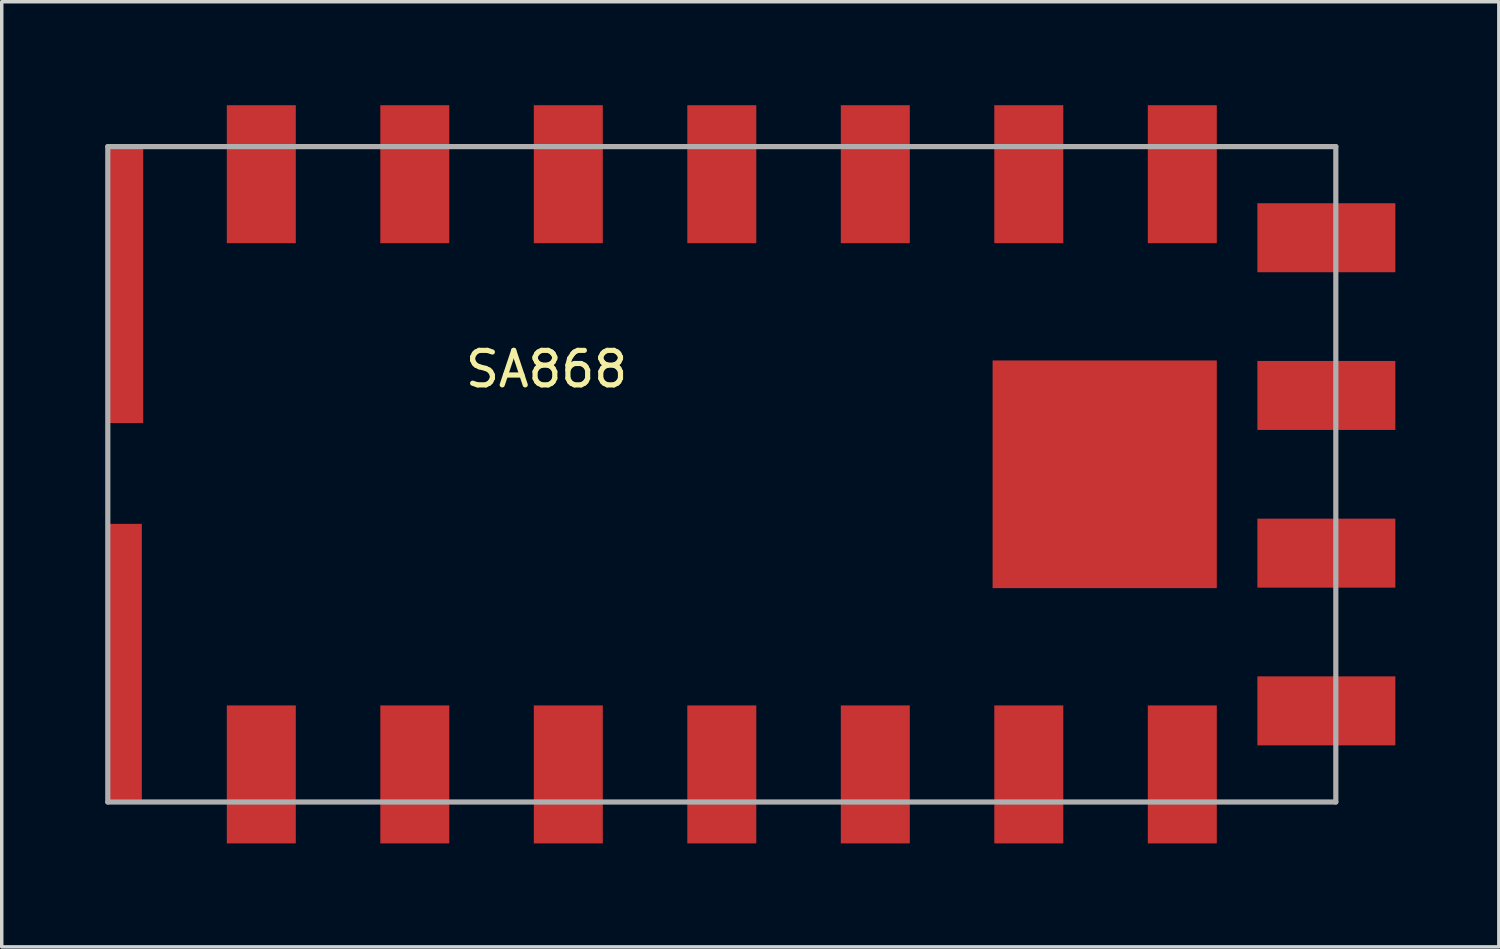
<source format=kicad_pcb>
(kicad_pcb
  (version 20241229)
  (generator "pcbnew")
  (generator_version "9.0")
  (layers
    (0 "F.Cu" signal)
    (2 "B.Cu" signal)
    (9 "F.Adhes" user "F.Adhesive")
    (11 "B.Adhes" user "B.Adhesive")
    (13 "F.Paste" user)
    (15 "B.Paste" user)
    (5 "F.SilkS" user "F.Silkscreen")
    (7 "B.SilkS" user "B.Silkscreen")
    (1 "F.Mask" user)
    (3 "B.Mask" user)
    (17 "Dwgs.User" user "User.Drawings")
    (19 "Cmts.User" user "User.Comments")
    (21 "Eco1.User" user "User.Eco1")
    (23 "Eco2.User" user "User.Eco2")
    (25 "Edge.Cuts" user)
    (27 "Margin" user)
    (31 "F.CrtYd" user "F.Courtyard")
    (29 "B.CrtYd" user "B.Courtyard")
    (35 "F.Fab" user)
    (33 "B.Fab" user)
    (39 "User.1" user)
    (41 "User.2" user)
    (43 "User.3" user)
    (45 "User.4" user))
  (footprint "SA868"
    (layer "F.Cu")
    (at 17.875 10.7)
    (property "Reference" "SA868" (at -5.08 -3.048 0) (layer "F.SilkS") (effects (font (size 1 1) (thickness 0.15))))
    (attr smd)
    (fp_line (start -17.8 -9.5) (end 17.8 -9.5) (stroke (width 0.15) (type solid)) (layer "F.Fab"))
    (fp_line (start -17.8 9.5) (end -17.8 -9.5) (stroke (width 0.15) (type solid)) (layer "F.Fab"))
    (fp_line (start 17.8 -9.5) (end 17.8 9.5) (stroke (width 0.15) (type solid)) (layer "F.Fab"))
    (fp_line (start 17.8 9.5) (end -17.8 9.5) (stroke (width 0.15) (type solid)) (layer "F.Fab"))
    (pad "1" smd rect (at -13.35 -8.7) (size 2 4) (layers "F.Cu" "F.Mask" "F.Paste"))
    (pad "2" smd rect (at -8.9 -8.7) (size 2 4) (layers "F.Cu" "F.Mask" "F.Paste"))
    (pad "3" smd rect (at -4.45 -8.7) (size 2 4) (layers "F.Cu" "F.Mask" "F.Paste"))
    (pad "4" smd rect (at 0 -8.7) (size 2 4) (layers "F.Cu" "F.Mask" "F.Paste"))
    (pad "5" smd rect (at 4.45 -8.7) (size 2 4) (layers "F.Cu" "F.Mask" "F.Paste"))
    (pad "6" smd rect (at 8.9 -8.7) (size 2 4) (layers "F.Cu" "F.Mask" "F.Paste"))
    (pad "7" smd rect (at 13.35 -8.7) (size 2 4) (layers "F.Cu" "F.Mask" "F.Paste"))
    (pad "8" smd rect (at 17.526 -6.858 90) (size 2 4) (layers "F.Cu" "F.Mask" "F.Paste"))
    (pad "9" smd rect (at 17.526 -2.286 90) (size 2 4) (layers "F.Cu" "F.Mask" "F.Paste"))
    (pad "10" smd rect (at 17.526 2.286 90) (size 2 4) (layers "F.Cu" "F.Mask" "F.Paste"))
    (pad "11" smd rect (at 17.526 6.858 90) (size 2 4) (layers "F.Cu" "F.Mask" "F.Paste"))
    (pad "12" smd rect (at 13.35 8.7) (size 2 4) (layers "F.Cu" "F.Mask" "F.Paste"))
    (pad "13" smd rect (at 8.9 8.7) (size 2 4) (layers "F.Cu" "F.Mask" "F.Paste"))
    (pad "14" smd rect (at 4.45 8.7) (size 2 4) (layers "F.Cu" "F.Mask" "F.Paste"))
    (pad "15" smd rect (at 0 8.7) (size 2 4) (layers "F.Cu" "F.Mask" "F.Paste"))
    (pad "16" smd rect (at -4.45 8.7) (size 2 4) (layers "F.Cu" "F.Mask" "F.Paste"))
    (pad "17" smd rect (at -8.9 8.7) (size 2 4) (layers "F.Cu" "F.Mask" "F.Paste"))
    (pad "18" smd rect (at -13.35 8.7) (size 2 4) (layers "F.Cu" "F.Mask" "F.Paste"))
    (pad "19" smd rect (at -17.313 5.436) (size 1 8) (layers "F.Cu" "F.Mask" "F.Paste"))
    (pad "19" smd rect (at -17.274 -5.487) (size 1 8) (layers "F.Cu" "F.Mask" "F.Paste"))
    (pad "19" smd rect (at 11.1 0) (size 6.5 6.6) (layers "F.Cu" "F.Mask" "F.Paste")))
  (gr_rect
    (start -3 -3)
    (end 40.401 24.4)
    (stroke (width 0.1) (type default))
    (fill no)
    (layer "Edge.Cuts")))
</source>
